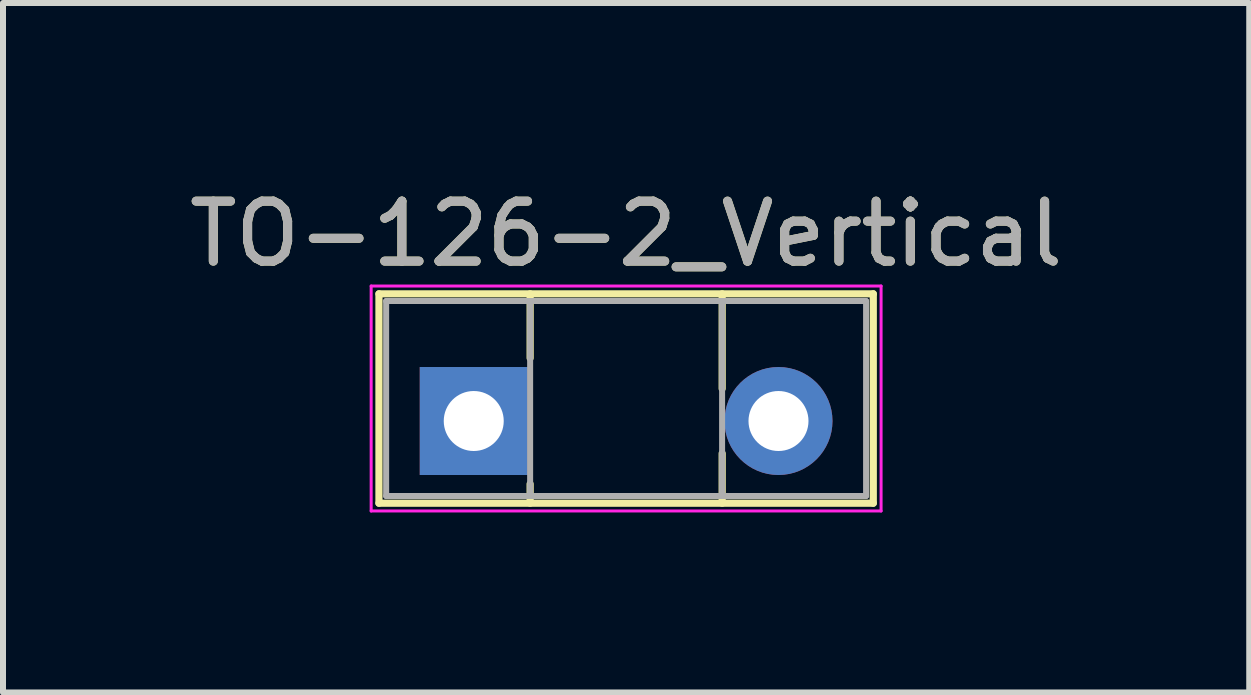
<source format=kicad_pcb>
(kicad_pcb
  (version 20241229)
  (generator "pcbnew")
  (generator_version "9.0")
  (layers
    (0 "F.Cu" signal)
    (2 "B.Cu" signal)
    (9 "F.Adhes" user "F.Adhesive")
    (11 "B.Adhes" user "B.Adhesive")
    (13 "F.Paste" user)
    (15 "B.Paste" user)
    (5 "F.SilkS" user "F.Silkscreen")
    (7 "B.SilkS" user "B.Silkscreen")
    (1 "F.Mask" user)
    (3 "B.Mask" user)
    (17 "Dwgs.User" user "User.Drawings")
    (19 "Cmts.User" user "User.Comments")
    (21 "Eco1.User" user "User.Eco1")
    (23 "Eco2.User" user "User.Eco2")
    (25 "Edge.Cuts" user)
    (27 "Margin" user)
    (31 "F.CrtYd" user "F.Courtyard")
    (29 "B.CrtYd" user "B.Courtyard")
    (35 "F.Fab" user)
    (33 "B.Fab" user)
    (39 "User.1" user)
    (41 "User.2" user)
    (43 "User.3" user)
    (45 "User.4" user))
  (footprint "TO-126-2_Vertical"
    (layer "F.Cu")
    (at 4.847 3.968)
    (property "Reference" "TO-126-2_Vertical" (at 2.54 -3.12 0) (layer "F.SilkS") (effects (font (size 1 1) (thickness 0.15))))
    (attr through_hole)
    (fp_line (start -1.58 -2.12) (end -1.58 1.37) (stroke (width 0.12) (type solid)) (layer "F.SilkS"))
    (fp_line (start -1.58 -2.12) (end 6.66 -2.12) (stroke (width 0.12) (type solid)) (layer "F.SilkS"))
    (fp_line (start -1.58 1.37) (end 6.66 1.37) (stroke (width 0.12) (type solid)) (layer "F.SilkS"))
    (fp_line (start 0.94 -2.12) (end 0.94 -1.05) (stroke (width 0.12) (type solid)) (layer "F.SilkS"))
    (fp_line (start 0.94 1.05) (end 0.94 1.37) (stroke (width 0.12) (type solid)) (layer "F.SilkS"))
    (fp_line (start 4.141 -2.12) (end 4.141 -0.54) (stroke (width 0.12) (type solid)) (layer "F.SilkS"))
    (fp_line (start 4.141 0.54) (end 4.141 1.37) (stroke (width 0.12) (type solid)) (layer "F.SilkS"))
    (fp_line (start 6.66 -2.12) (end 6.66 1.37) (stroke (width 0.12) (type solid)) (layer "F.SilkS"))
    (fp_line (start -1.71 -2.25) (end -1.71 1.5) (stroke (width 0.05) (type solid)) (layer "F.CrtYd"))
    (fp_line (start -1.71 1.5) (end 6.79 1.5) (stroke (width 0.05) (type solid)) (layer "F.CrtYd"))
    (fp_line (start 6.79 -2.25) (end -1.71 -2.25) (stroke (width 0.05) (type solid)) (layer "F.CrtYd"))
    (fp_line (start 6.79 1.5) (end 6.79 -2.25) (stroke (width 0.05) (type solid)) (layer "F.CrtYd"))
    (fp_line (start -1.46 -2) (end -1.46 1.25) (stroke (width 0.1) (type solid)) (layer "F.Fab"))
    (fp_line (start -1.46 1.25) (end 6.54 1.25) (stroke (width 0.1) (type solid)) (layer "F.Fab"))
    (fp_line (start 0.94 -2) (end 0.94 1.25) (stroke (width 0.1) (type solid)) (layer "F.Fab"))
    (fp_line (start 4.14 -2) (end 4.14 1.25) (stroke (width 0.1) (type solid)) (layer "F.Fab"))
    (fp_line (start 6.54 -2) (end -1.46 -2) (stroke (width 0.1) (type solid)) (layer "F.Fab"))
    (fp_line (start 6.54 1.25) (end 6.54 -2) (stroke (width 0.1) (type solid)) (layer "F.Fab"))
    (fp_text user "${REFERENCE}" (at 2.54 -3.12 0) (layer "F.Fab") (effects (font (size 1 1) (thickness 0.15))))
    (pad "1" thru_hole rect (at 0 0) (size 1.8 1.8) (drill 1) (layers "*.Cu" "*.Mask"))
    (pad "2" thru_hole oval (at 5.08 0) (size 1.8 1.8) (drill 1) (layers "*.Cu" "*.Mask")))
  (gr_rect
    (start -3 -3)
    (end 17.774 8.493)
    (stroke (width 0.1) (type default))
    (fill no)
    (layer "Edge.Cuts")))
</source>
